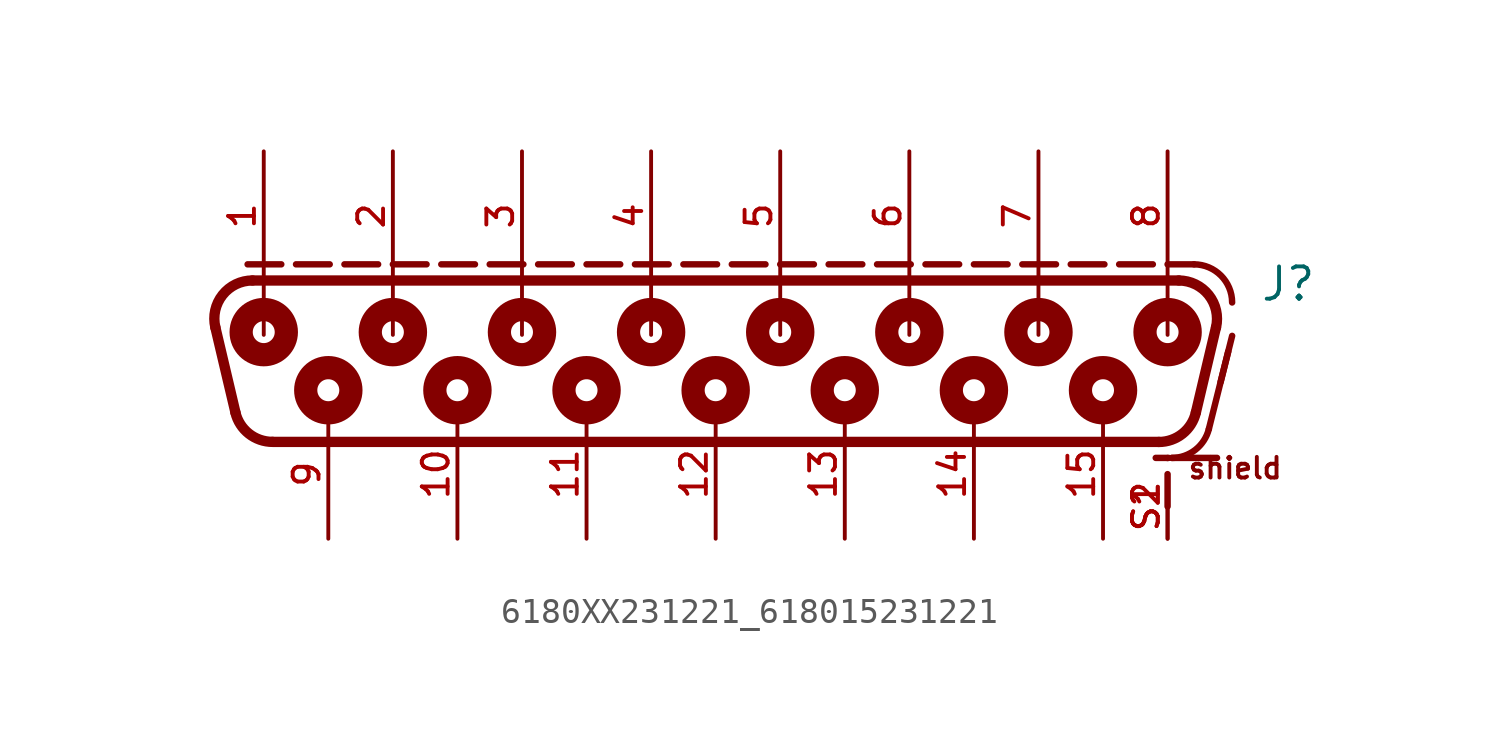
<source format=kicad_sym>
(kicad_symbol_lib
  (version 20231120)
  (generator "kicad_symbol_editor")
  (generator_version "8.0")
  (symbol "6180XX231221_618015231221"
    (pin_names
      (offset 1.016))
    (property "Reference" "J"
      (at 21.4 1.66 0)
      (effects (font (size 1.27 1.27)) (justify left bottom)))
    (symbol "6180XX231221_618015231221_0_0"
      (arc (start -18.8929 -2.6548) (mid -18.3669 -3.4839) (end -17.4331 -3.81) (stroke (width 0.4064) (type default)) (fill (type none)))
      (arc (start -18.2244 2.54) (mid -19.4006 1.9708) (end -19.6842 0.6952) (stroke (width 0.4064) (type default)) (fill (type none)))
      (circle (center -17.78 0.508) (radius 0.432) (stroke (width 0.914) (type default)) (fill (type none)))
      (circle (center -17.78 0.508) (radius 0.762) (stroke (width 0.254) (type default)) (fill (type none)))
      (circle (center -15.24 -1.778) (radius 0.432) (stroke (width 0.914) (type default)) (fill (type none)))
      (circle (center -15.24 -1.778) (radius 0.762) (stroke (width 0.254) (type default)) (fill (type none)))
      (circle (center -12.7 0.508) (radius 0.432) (stroke (width 0.914) (type default)) (fill (type none)))
      (circle (center -12.7 0.508) (radius 0.762) (stroke (width 0.254) (type default)) (fill (type none)))
      (circle (center -10.16 -1.778) (radius 0.432) (stroke (width 0.914) (type default)) (fill (type none)))
      (circle (center -10.16 -1.778) (radius 0.762) (stroke (width 0.254) (type default)) (fill (type none)))
      (circle (center -7.62 0.508) (radius 0.432) (stroke (width 0.914) (type default)) (fill (type none)))
      (circle (center -7.62 0.508) (radius 0.762) (stroke (width 0.254) (type default)) (fill (type none)))
      (circle (center -5.08 -1.778) (radius 0.432) (stroke (width 0.914) (type default)) (fill (type none)))
      (circle (center -5.08 -1.778) (radius 0.762) (stroke (width 0.254) (type default)) (fill (type none)))
      (circle (center -2.54 0.508) (radius 0.432) (stroke (width 0.914) (type default)) (fill (type none)))
      (circle (center -2.54 0.508) (radius 0.762) (stroke (width 0.254) (type default)) (fill (type none)))
      (circle (center 0 -1.778) (radius 0.432) (stroke (width 0.914) (type default)) (fill (type none)))
      (circle (center 0 -1.778) (radius 0.762) (stroke (width 0.254) (type default)) (fill (type none)))
      (polyline (pts (xy -18.893 -2.655) (xy -19.684 0.695)) (stroke (width 0.406) (type default)) (fill (type none)))
      (polyline (pts (xy -18.415 3.175) (xy -17.09 3.175)) (stroke (width 0.254) (type default)) (fill (type none)))
      (polyline (pts (xy -18.224 2.54) (xy 18.224 2.54)) (stroke (width 0.406) (type default)) (fill (type none)))
      (polyline (pts (xy -17.78 2.58) (xy -17.78 0.4)) (stroke (width 0.152) (type default)) (fill (type none)))
      (polyline (pts (xy -16.51 3.175) (xy -15.185 3.175)) (stroke (width 0.254) (type default)) (fill (type none)))
      (polyline (pts (xy -14.605 3.175) (xy -13.28 3.175)) (stroke (width 0.254) (type default)) (fill (type none)))
      (polyline (pts (xy -12.7 2.58) (xy -12.7 0.4)) (stroke (width 0.152) (type default)) (fill (type none)))
      (polyline (pts (xy -12.7 3.175) (xy -11.375 3.175)) (stroke (width 0.254) (type default)) (fill (type none)))
      (polyline (pts (xy -10.795 3.175) (xy -9.47 3.175)) (stroke (width 0.254) (type default)) (fill (type none)))
      (polyline (pts (xy -8.89 3.175) (xy -7.565 3.175)) (stroke (width 0.254) (type default)) (fill (type none)))
      (polyline (pts (xy -7.62 2.58) (xy -7.62 0.4)) (stroke (width 0.152) (type default)) (fill (type none)))
      (polyline (pts (xy -6.985 3.175) (xy -5.66 3.175)) (stroke (width 0.254) (type default)) (fill (type none)))
      (polyline (pts (xy -5.08 3.175) (xy -3.755 3.175)) (stroke (width 0.254) (type default)) (fill (type none)))
      (polyline (pts (xy -3.175 3.175) (xy -1.85 3.175)) (stroke (width 0.254) (type default)) (fill (type none)))
      (polyline (pts (xy -2.54 2.58) (xy -2.54 0.4)) (stroke (width 0.152) (type default)) (fill (type none)))
      (polyline (pts (xy -1.27 3.175) (xy 0.055 3.175)) (stroke (width 0.254) (type default)) (fill (type none)))
      (polyline (pts (xy 0.635 3.175) (xy 1.96 3.175)) (stroke (width 0.254) (type default)) (fill (type none)))
      (polyline (pts (xy 2.54 2.58) (xy 2.54 0.4)) (stroke (width 0.152) (type default)) (fill (type none)))
      (polyline (pts (xy 2.54 3.175) (xy 3.865 3.175)) (stroke (width 0.254) (type default)) (fill (type none)))
      (polyline (pts (xy 4.445 3.175) (xy 5.77 3.175)) (stroke (width 0.254) (type default)) (fill (type none)))
      (polyline (pts (xy 6.35 3.175) (xy 7.675 3.175)) (stroke (width 0.254) (type default)) (fill (type none)))
      (polyline (pts (xy 7.62 2.58) (xy 7.62 0.4)) (stroke (width 0.152) (type default)) (fill (type none)))
      (polyline (pts (xy 8.255 3.175) (xy 9.58 3.175)) (stroke (width 0.254) (type default)) (fill (type none)))
      (polyline (pts (xy 10.16 3.175) (xy 11.485 3.175)) (stroke (width 0.254) (type default)) (fill (type none)))
      (polyline (pts (xy 12.065 3.175) (xy 13.39 3.175)) (stroke (width 0.254) (type default)) (fill (type none)))
      (polyline (pts (xy 12.7 2.58) (xy 12.7 0.4)) (stroke (width 0.152) (type default)) (fill (type none)))
      (polyline (pts (xy 13.97 3.175) (xy 15.295 3.175)) (stroke (width 0.254) (type default)) (fill (type none)))
      (polyline (pts (xy 15.875 3.175) (xy 17.2 3.175)) (stroke (width 0.254) (type default)) (fill (type none)))
      (polyline (pts (xy 17.433 -3.81) (xy -17.433 -3.81)) (stroke (width 0.406) (type default)) (fill (type none)))
      (polyline (pts (xy 17.78 -6.35) (xy 17.78 -5.08)) (stroke (width 0.254) (type default)) (fill (type none)))
      (polyline (pts (xy 17.78 -4.445) (xy 17.78 -4.445)) (stroke (width 0.254) (type default)) (fill (type none)))
      (polyline (pts (xy 17.78 2.58) (xy 17.78 0.4)) (stroke (width 0.152) (type default)) (fill (type none)))
      (polyline (pts (xy 17.78 3.175) (xy 18.82 3.175)) (stroke (width 0.254) (type default)) (fill (type none)))
      (polyline (pts (xy 17.82 -4.44) (xy 17.314 -4.44)) (stroke (width 0.254) (type default)) (fill (type none)))
      (polyline (pts (xy 19.404 -3.304) (xy 20.166 -0.256)) (stroke (width 0.254) (type default)) (fill (type none)))
      (polyline (pts (xy 19.684 0.695) (xy 18.893 -2.655)) (stroke (width 0.406) (type default)) (fill (type none)))
      (polyline (pts (xy 19.725 -4.44) (xy 17.949 -4.44)) (stroke (width 0.254) (type default)) (fill (type none)))
      (polyline (pts (xy 19.866 -1.456) (xy 20.32 0.36)) (stroke (width 0.254) (type default)) (fill (type none)))
      (circle (center 2.54 0.508) (radius 0.432) (stroke (width 0.914) (type default)) (fill (type none)))
      (circle (center 2.54 0.508) (radius 0.762) (stroke (width 0.254) (type default)) (fill (type none)))
      (circle (center 5.08 -1.778) (radius 0.432) (stroke (width 0.914) (type default)) (fill (type none)))
      (circle (center 5.08 -1.778) (radius 0.762) (stroke (width 0.254) (type default)) (fill (type none)))
      (circle (center 7.62 0.508) (radius 0.432) (stroke (width 0.914) (type default)) (fill (type none)))
      (circle (center 7.62 0.508) (radius 0.762) (stroke (width 0.254) (type default)) (fill (type none)))
      (circle (center 10.16 -1.778) (radius 0.432) (stroke (width 0.914) (type default)) (fill (type none)))
      (circle (center 10.16 -1.778) (radius 0.762) (stroke (width 0.254) (type default)) (fill (type none)))
      (circle (center 12.7 0.508) (radius 0.432) (stroke (width 0.914) (type default)) (fill (type none)))
      (circle (center 12.7 0.508) (radius 0.762) (stroke (width 0.254) (type default)) (fill (type none)))
      (circle (center 15.24 -1.778) (radius 0.432) (stroke (width 0.914) (type default)) (fill (type none)))
      (circle (center 15.24 -1.778) (radius 0.762) (stroke (width 0.254) (type default)) (fill (type none)))
      (arc (start 17.4331 -3.81) (mid 18.3609 -3.4886) (end 18.8929 -2.6548) (stroke (width 0.4064) (type default)) (fill (type none)))
      (circle (center 17.78 0.508) (radius 0.432) (stroke (width 0.914) (type default)) (fill (type none)))
      (circle (center 17.78 0.508) (radius 0.762) (stroke (width 0.254) (type default)) (fill (type none)))
      (arc (start 17.9488 -4.44) (mid 18.8725 -4.1228) (end 19.4041 -3.3038) (stroke (width 0.254) (type default)) (fill (type none)))
      (arc (start 19.6842 0.6952) (mid 19.3983 1.9738) (end 18.2244 2.54) (stroke (width 0.4064) (type default)) (fill (type none)))
      (arc (start 20.32 1.675) (mid 19.8807 2.7357) (end 18.82 3.175) (stroke (width 0.254) (type default)) (fill (type none)))
      (text "shield" (at 18.52 -5.32 0) (effects (font (size 0.813 0.813)) (justify left bottom)))
      (pin bidirectional line (at -17.78 7.62 270) (length 5.08) (name "~" (effects (font (size 1.016 1.016)))) (number "1" (effects (font (size 1.016 1.016)))))
      (pin bidirectional line (at -10.16 -7.62 90) (length 5.08) (name "~" (effects (font (size 1.016 1.016)))) (number "10" (effects (font (size 1.016 1.016)))))
      (pin bidirectional line (at -5.08 -7.62 90) (length 5.08) (name "~" (effects (font (size 1.016 1.016)))) (number "11" (effects (font (size 1.016 1.016)))))
      (pin bidirectional line (at 0 -7.62 90) (length 5.08) (name "~" (effects (font (size 1.016 1.016)))) (number "12" (effects (font (size 1.016 1.016)))))
      (pin bidirectional line (at 5.08 -7.62 90) (length 5.08) (name "~" (effects (font (size 1.016 1.016)))) (number "13" (effects (font (size 1.016 1.016)))))
      (pin bidirectional line (at 10.16 -7.62 90) (length 5.08) (name "~" (effects (font (size 1.016 1.016)))) (number "14" (effects (font (size 1.016 1.016)))))
      (pin bidirectional line (at 15.24 -7.62 90) (length 5.08) (name "~" (effects (font (size 1.016 1.016)))) (number "15" (effects (font (size 1.016 1.016)))))
      (pin bidirectional line (at -12.7 7.62 270) (length 5.08) (name "~" (effects (font (size 1.016 1.016)))) (number "2" (effects (font (size 1.016 1.016)))))
      (pin bidirectional line (at -7.62 7.62 270) (length 5.08) (name "~" (effects (font (size 1.016 1.016)))) (number "3" (effects (font (size 1.016 1.016)))))
      (pin bidirectional line (at -2.54 7.62 270) (length 5.08) (name "~" (effects (font (size 1.016 1.016)))) (number "4" (effects (font (size 1.016 1.016)))))
      (pin bidirectional line (at 2.54 7.62 270) (length 5.08) (name "~" (effects (font (size 1.016 1.016)))) (number "5" (effects (font (size 1.016 1.016)))))
      (pin bidirectional line (at 7.62 7.62 270) (length 5.08) (name "~" (effects (font (size 1.016 1.016)))) (number "6" (effects (font (size 1.016 1.016)))))
      (pin bidirectional line (at 12.7 7.62 270) (length 5.08) (name "~" (effects (font (size 1.016 1.016)))) (number "7" (effects (font (size 1.016 1.016)))))
      (pin bidirectional line (at 17.78 7.62 270) (length 5.08) (name "~" (effects (font (size 1.016 1.016)))) (number "8" (effects (font (size 1.016 1.016)))))
      (pin bidirectional line (at -15.24 -7.62 90) (length 5.08) (name "~" (effects (font (size 1.016 1.016)))) (number "9" (effects (font (size 1.016 1.016)))))
      (pin bidirectional line (at 17.78 -7.62 90) (length 2.54) (name "~" (effects (font (size 1.016 1.016)))) (number "S1" (effects (font (size 1.016 1.016)))))
      (pin bidirectional line (at 17.78 -7.62 90) (length 2.54) (name "~" (effects (font (size 1.016 1.016)))) (number "S2" (effects (font (size 1.016 1.016))))))))
</source>
